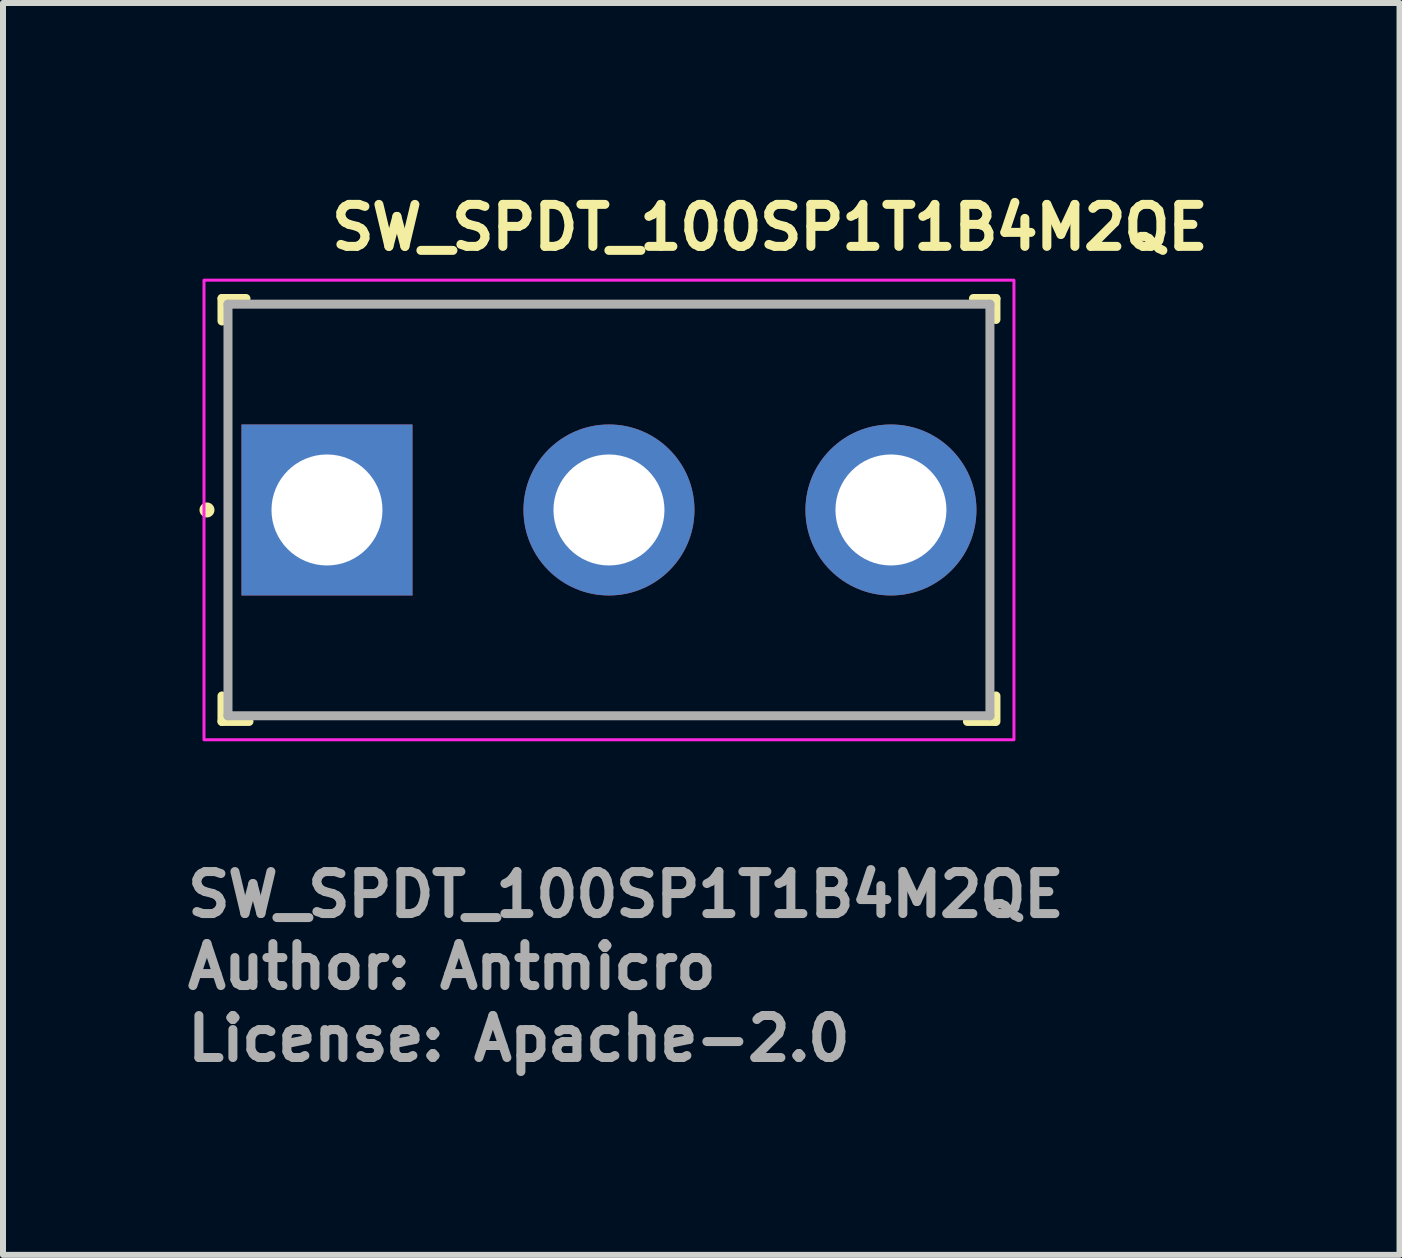
<source format=kicad_pcb>
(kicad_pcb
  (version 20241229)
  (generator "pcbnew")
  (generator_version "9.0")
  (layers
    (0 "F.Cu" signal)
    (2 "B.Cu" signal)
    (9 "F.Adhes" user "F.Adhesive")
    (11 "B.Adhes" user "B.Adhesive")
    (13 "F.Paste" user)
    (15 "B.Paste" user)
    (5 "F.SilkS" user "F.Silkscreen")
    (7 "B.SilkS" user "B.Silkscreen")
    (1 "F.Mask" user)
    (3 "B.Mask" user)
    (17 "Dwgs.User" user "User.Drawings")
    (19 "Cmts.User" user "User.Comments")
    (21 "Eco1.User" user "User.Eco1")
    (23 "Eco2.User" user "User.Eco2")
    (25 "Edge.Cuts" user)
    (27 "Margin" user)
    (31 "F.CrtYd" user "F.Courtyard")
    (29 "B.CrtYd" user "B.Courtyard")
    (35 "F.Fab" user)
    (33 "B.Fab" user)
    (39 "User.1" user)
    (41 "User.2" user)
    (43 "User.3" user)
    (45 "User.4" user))
  (footprint "SW_SPDT_100SP1T1B4M2QE"
    (layer "F.Cu")
    (at 2.4 5.45)
    (property "Reference" "SW_SPDT_100SP1T1B4M2QE" (at 0 -4.3 0) (layer "F.SilkS") (effects (font (size 0.7 0.7) (thickness 0.15)) (justify left bottom)))
    (attr through_hole)
    (fp_line (start -1.75 -3.525) (end -1.75 -3.15) (stroke (width 0.15) (type solid)) (layer "F.SilkS"))
    (fp_line (start -1.75 -3.525) (end -1.35 -3.525) (stroke (width 0.15) (type solid)) (layer "F.SilkS"))
    (fp_line (start -1.75 3.525) (end -1.75 3.1) (stroke (width 0.15) (type solid)) (layer "F.SilkS"))
    (fp_line (start -1.75 3.525) (end -1.3 3.525) (stroke (width 0.15) (type solid)) (layer "F.SilkS"))
    (fp_line (start 10.775 -3.525) (end 11.15 -3.525) (stroke (width 0.15) (type solid)) (layer "F.SilkS"))
    (fp_line (start 11.125 3.525) (end 10.675 3.525) (stroke (width 0.15) (type solid)) (layer "F.SilkS"))
    (fp_line (start 11.15 -3.525) (end 11.15 -3.175) (stroke (width 0.15) (type solid)) (layer "F.SilkS"))
    (fp_line (start 11.15 3.525) (end 11.15 3.1) (stroke (width 0.15) (type solid)) (layer "F.SilkS"))
    (fp_circle (center -2 0) (end -1.95 0) (stroke (width 0.15) (type solid)) (fill yes) (layer "F.SilkS"))
    (fp_rect (start -2.05 -3.83) (end 11.45 3.83) (stroke (width 0.05) (type solid)) (fill no) (layer "F.CrtYd"))
    (fp_line (start -1.65 -3.43) (end -1.65 3.43) (stroke (width 0.15) (type solid)) (layer "F.Fab"))
    (fp_line (start -1.65 -3.43) (end 11.05 -3.43) (stroke (width 0.15) (type solid)) (layer "F.Fab"))
    (fp_line (start -1.65 3.43) (end 11.05 3.43) (stroke (width 0.15) (type solid)) (layer "F.Fab"))
    (fp_line (start 11.05 3.43) (end 11.05 -3.43) (stroke (width 0.15) (type solid)) (layer "F.Fab"))
    (fp_rect (start -1.65 -3.43) (end 11.05 3.43) (stroke (width 0.1) (type solid)) (fill no) (layer "User.5"))
    (fp_line (start -1.65 -3.43) (end -0.05 -3.43) (stroke (width 0.02) (type solid)) (layer "User.9"))
    (fp_line (start -1.65 -2.67) (end -1.65 -3.43) (stroke (width 0.02) (type solid)) (layer "User.9"))
    (fp_line (start -1.65 -2.67) (end -1.65 2.67) (stroke (width 0.02) (type solid)) (layer "User.9"))
    (fp_line (start -1.65 3.43) (end -1.65 2.67) (stroke (width 0.02) (type solid)) (layer "User.9"))
    (fp_line (start -0.05 -3.43) (end -0.05 -3.388) (stroke (width 0.02) (type solid)) (layer "User.9"))
    (fp_line (start -0.05 -3.43) (end 9.45 -3.43) (stroke (width 0.02) (type solid)) (layer "User.9"))
    (fp_line (start -0.05 -3.388) (end -0.05 -3.11) (stroke (width 0.02) (type solid)) (layer "User.9"))
    (fp_line (start -0.05 -3.11) (end -0.05 -3.11) (stroke (width 0.02) (type solid)) (layer "User.9"))
    (fp_line (start -0.05 -3.11) (end -0.05 -2.67) (stroke (width 0.02) (type solid)) (layer "User.9"))
    (fp_line (start -0.05 -2.67) (end -1.65 -2.67) (stroke (width 0.02) (type solid)) (layer "User.9"))
    (fp_line (start -0.05 2.67) (end -1.65 2.67) (stroke (width 0.02) (type solid)) (layer "User.9"))
    (fp_line (start -0.05 2.67) (end -0.05 3.11) (stroke (width 0.02) (type solid)) (layer "User.9"))
    (fp_line (start -0.05 3.11) (end -0.05 3.11) (stroke (width 0.02) (type solid)) (layer "User.9"))
    (fp_line (start -0.05 3.11) (end -0.05 3.388) (stroke (width 0.02) (type solid)) (layer "User.9"))
    (fp_line (start -0.05 3.388) (end -0.05 3.43) (stroke (width 0.02) (type solid)) (layer "User.9"))
    (fp_line (start -0.05 3.43) (end -1.65 3.43) (stroke (width 0.02) (type solid)) (layer "User.9"))
    (fp_line (start -0.05 3.43) (end 9.45 3.43) (stroke (width 0.02) (type solid)) (layer "User.9"))
    (fp_line (start 1.59 0) (end 1.59 0) (stroke (width 0.02) (type solid)) (layer "User.9"))
    (fp_line (start 1.59 0) (end 1.594 0.151) (stroke (width 0.02) (type solid)) (layer "User.9"))
    (fp_line (start 1.594 -0.151) (end 1.59 0) (stroke (width 0.02) (type solid)) (layer "User.9"))
    (fp_line (start 1.594 0.151) (end 1.604 0.3) (stroke (width 0.02) (type solid)) (layer "User.9"))
    (fp_line (start 1.604 -0.3) (end 1.594 -0.151) (stroke (width 0.02) (type solid)) (layer "User.9"))
    (fp_line (start 1.604 0.3) (end 1.622 0.447) (stroke (width 0.02) (type solid)) (layer "User.9"))
    (fp_line (start 1.622 -0.447) (end 1.604 -0.3) (stroke (width 0.02) (type solid)) (layer "User.9"))
    (fp_line (start 1.622 0.447) (end 1.646 0.592) (stroke (width 0.02) (type solid)) (layer "User.9"))
    (fp_line (start 1.646 -0.592) (end 1.622 -0.447) (stroke (width 0.02) (type solid)) (layer "User.9"))
    (fp_line (start 1.646 0.592) (end 1.678 0.735) (stroke (width 0.02) (type solid)) (layer "User.9"))
    (fp_line (start 1.678 -0.735) (end 1.646 -0.592) (stroke (width 0.02) (type solid)) (layer "User.9"))
    (fp_line (start 1.678 0.735) (end 1.715 0.876) (stroke (width 0.02) (type solid)) (layer "User.9"))
    (fp_line (start 1.715 -0.876) (end 1.678 -0.735) (stroke (width 0.02) (type solid)) (layer "User.9"))
    (fp_line (start 1.715 0.876) (end 1.759 1.013) (stroke (width 0.02) (type solid)) (layer "User.9"))
    (fp_line (start 1.759 -1.013) (end 1.715 -0.876) (stroke (width 0.02) (type solid)) (layer "User.9"))
    (fp_line (start 1.759 1.013) (end 1.809 1.148) (stroke (width 0.02) (type solid)) (layer "User.9"))
    (fp_line (start 1.809 -1.148) (end 1.759 -1.013) (stroke (width 0.02) (type solid)) (layer "User.9"))
    (fp_line (start 1.809 1.148) (end 1.865 1.28) (stroke (width 0.02) (type solid)) (layer "User.9"))
    (fp_line (start 1.865 -1.28) (end 1.809 -1.148) (stroke (width 0.02) (type solid)) (layer "User.9"))
    (fp_line (start 1.865 1.28) (end 1.927 1.409) (stroke (width 0.02) (type solid)) (layer "User.9"))
    (fp_line (start 1.927 -1.409) (end 1.865 -1.28) (stroke (width 0.02) (type solid)) (layer "User.9"))
    (fp_line (start 1.927 1.409) (end 1.995 1.535) (stroke (width 0.02) (type solid)) (layer "User.9"))
    (fp_line (start 1.995 -1.535) (end 1.927 -1.409) (stroke (width 0.02) (type solid)) (layer "User.9"))
    (fp_line (start 1.995 1.535) (end 2.068 1.657) (stroke (width 0.02) (type solid)) (layer "User.9"))
    (fp_line (start 2.068 -1.657) (end 1.995 -1.535) (stroke (width 0.02) (type solid)) (layer "User.9"))
    (fp_line (start 2.068 1.657) (end 2.146 1.775) (stroke (width 0.02) (type solid)) (layer "User.9"))
    (fp_line (start 2.146 -1.775) (end 2.068 -1.657) (stroke (width 0.02) (type solid)) (layer "User.9"))
    (fp_line (start 2.146 1.775) (end 2.23 1.89) (stroke (width 0.02) (type solid)) (layer "User.9"))
    (fp_line (start 2.23 -1.89) (end 2.146 -1.775) (stroke (width 0.02) (type solid)) (layer "User.9"))
    (fp_line (start 2.23 1.89) (end 2.319 2) (stroke (width 0.02) (type solid)) (layer "User.9"))
    (fp_line (start 2.3 0) (end 2.3 0) (stroke (width 0.02) (type solid)) (layer "User.9"))
    (fp_line (start 2.3 0) (end 2.303 -0.115) (stroke (width 0.02) (type solid)) (layer "User.9"))
    (fp_line (start 2.303 -0.115) (end 2.311 -0.23) (stroke (width 0.02) (type solid)) (layer "User.9"))
    (fp_line (start 2.303 0.115) (end 2.3 0) (stroke (width 0.02) (type solid)) (layer "User.9"))
    (fp_line (start 2.311 -0.23) (end 2.324 -0.342) (stroke (width 0.02) (type solid)) (layer "User.9"))
    (fp_line (start 2.311 0.23) (end 2.303 0.115) (stroke (width 0.02) (type solid)) (layer "User.9"))
    (fp_line (start 2.319 -2) (end 2.23 -1.89) (stroke (width 0.02) (type solid)) (layer "User.9"))
    (fp_line (start 2.319 2) (end 2.412 2.107) (stroke (width 0.02) (type solid)) (layer "User.9"))
    (fp_line (start 2.324 -0.342) (end 2.343 -0.453) (stroke (width 0.02) (type solid)) (layer "User.9"))
    (fp_line (start 2.324 0.342) (end 2.311 0.23) (stroke (width 0.02) (type solid)) (layer "User.9"))
    (fp_line (start 2.343 -0.453) (end 2.367 -0.563) (stroke (width 0.02) (type solid)) (layer "User.9"))
    (fp_line (start 2.343 0.453) (end 2.324 0.342) (stroke (width 0.02) (type solid)) (layer "User.9"))
    (fp_line (start 2.367 -0.563) (end 2.395 -0.67) (stroke (width 0.02) (type solid)) (layer "User.9"))
    (fp_line (start 2.367 0.563) (end 2.343 0.453) (stroke (width 0.02) (type solid)) (layer "User.9"))
    (fp_line (start 2.395 -0.67) (end 2.428 -0.776) (stroke (width 0.02) (type solid)) (layer "User.9"))
    (fp_line (start 2.395 0.67) (end 2.367 0.563) (stroke (width 0.02) (type solid)) (layer "User.9"))
    (fp_line (start 2.412 -2.107) (end 2.319 -2) (stroke (width 0.02) (type solid)) (layer "User.9"))
    (fp_line (start 2.412 2.107) (end 2.511 2.209) (stroke (width 0.02) (type solid)) (layer "User.9"))
    (fp_line (start 2.428 -0.776) (end 2.466 -0.879) (stroke (width 0.02) (type solid)) (layer "User.9"))
    (fp_line (start 2.428 0.776) (end 2.395 0.67) (stroke (width 0.02) (type solid)) (layer "User.9"))
    (fp_line (start 2.466 -0.879) (end 2.509 -0.981) (stroke (width 0.02) (type solid)) (layer "User.9"))
    (fp_line (start 2.466 0.879) (end 2.428 0.776) (stroke (width 0.02) (type solid)) (layer "User.9"))
    (fp_line (start 2.509 -0.981) (end 2.556 -1.08) (stroke (width 0.02) (type solid)) (layer "User.9"))
    (fp_line (start 2.509 0.981) (end 2.466 0.879) (stroke (width 0.02) (type solid)) (layer "User.9"))
    (fp_line (start 2.511 -2.209) (end 2.412 -2.107) (stroke (width 0.02) (type solid)) (layer "User.9"))
    (fp_line (start 2.511 2.209) (end 2.613 2.306) (stroke (width 0.02) (type solid)) (layer "User.9"))
    (fp_line (start 2.556 -1.08) (end 2.608 -1.176) (stroke (width 0.02) (type solid)) (layer "User.9"))
    (fp_line (start 2.556 1.08) (end 2.509 0.981) (stroke (width 0.02) (type solid)) (layer "User.9"))
    (fp_line (start 2.6 0) (end 2.6 0) (stroke (width 0.02) (type solid)) (layer "User.9"))
    (fp_line (start 2.6 0) (end 2.603 0.108) (stroke (width 0.02) (type solid)) (layer "User.9"))
    (fp_line (start 2.603 -0.108) (end 2.6 0) (stroke (width 0.02) (type solid)) (layer "User.9"))
    (fp_line (start 2.603 0.108) (end 2.611 0.215) (stroke (width 0.02) (type solid)) (layer "User.9"))
    (fp_line (start 2.608 -1.176) (end 2.663 -1.27) (stroke (width 0.02) (type solid)) (layer "User.9"))
    (fp_line (start 2.608 1.176) (end 2.556 1.08) (stroke (width 0.02) (type solid)) (layer "User.9"))
    (fp_line (start 2.611 -0.215) (end 2.603 -0.108) (stroke (width 0.02) (type solid)) (layer "User.9"))
    (fp_line (start 2.611 0.215) (end 2.624 0.32) (stroke (width 0.02) (type solid)) (layer "User.9"))
    (fp_line (start 2.613 -2.306) (end 2.511 -2.209) (stroke (width 0.02) (type solid)) (layer "User.9"))
    (fp_line (start 2.613 2.306) (end 2.721 2.399) (stroke (width 0.02) (type solid)) (layer "User.9"))
    (fp_line (start 2.624 -0.32) (end 2.611 -0.215) (stroke (width 0.02) (type solid)) (layer "User.9"))
    (fp_line (start 2.624 0.32) (end 2.643 0.423) (stroke (width 0.02) (type solid)) (layer "User.9"))
    (fp_line (start 2.643 -0.423) (end 2.624 -0.32) (stroke (width 0.02) (type solid)) (layer "User.9"))
    (fp_line (start 2.643 0.423) (end 2.666 0.525) (stroke (width 0.02) (type solid)) (layer "User.9"))
    (fp_line (start 2.663 -1.27) (end 2.723 -1.361) (stroke (width 0.02) (type solid)) (layer "User.9"))
    (fp_line (start 2.663 1.27) (end 2.608 1.176) (stroke (width 0.02) (type solid)) (layer "User.9"))
    (fp_line (start 2.666 -0.525) (end 2.643 -0.423) (stroke (width 0.02) (type solid)) (layer "User.9"))
    (fp_line (start 2.666 0.525) (end 2.694 0.624) (stroke (width 0.02) (type solid)) (layer "User.9"))
    (fp_line (start 2.694 -0.624) (end 2.666 -0.525) (stroke (width 0.02) (type solid)) (layer "User.9"))
    (fp_line (start 2.694 0.624) (end 2.727 0.722) (stroke (width 0.02) (type solid)) (layer "User.9"))
    (fp_line (start 2.721 -2.399) (end 2.613 -2.306) (stroke (width 0.02) (type solid)) (layer "User.9"))
    (fp_line (start 2.721 2.399) (end 2.832 2.487) (stroke (width 0.02) (type solid)) (layer "User.9"))
    (fp_line (start 2.723 -1.361) (end 2.787 -1.449) (stroke (width 0.02) (type solid)) (layer "User.9"))
    (fp_line (start 2.723 1.361) (end 2.663 1.27) (stroke (width 0.02) (type solid)) (layer "User.9"))
    (fp_line (start 2.727 -0.722) (end 2.694 -0.624) (stroke (width 0.02) (type solid)) (layer "User.9"))
    (fp_line (start 2.727 0.722) (end 2.765 0.817) (stroke (width 0.02) (type solid)) (layer "User.9"))
    (fp_line (start 2.765 -0.817) (end 2.727 -0.722) (stroke (width 0.02) (type solid)) (layer "User.9"))
    (fp_line (start 2.765 0.817) (end 2.807 0.91) (stroke (width 0.02) (type solid)) (layer "User.9"))
    (fp_line (start 2.787 -1.449) (end 2.854 -1.534) (stroke (width 0.02) (type solid)) (layer "User.9"))
    (fp_line (start 2.787 1.449) (end 2.723 1.361) (stroke (width 0.02) (type solid)) (layer "User.9"))
    (fp_line (start 2.807 -0.91) (end 2.765 -0.817) (stroke (width 0.02) (type solid)) (layer "User.9"))
    (fp_line (start 2.807 0.91) (end 2.853 1.001) (stroke (width 0.02) (type solid)) (layer "User.9"))
    (fp_line (start 2.832 -2.487) (end 2.721 -2.399) (stroke (width 0.02) (type solid)) (layer "User.9"))
    (fp_line (start 2.832 2.487) (end 2.948 2.57) (stroke (width 0.02) (type solid)) (layer "User.9"))
    (fp_line (start 2.853 -1.001) (end 2.807 -0.91) (stroke (width 0.02) (type solid)) (layer "User.9"))
    (fp_line (start 2.853 1.001) (end 2.904 1.089) (stroke (width 0.02) (type solid)) (layer "User.9"))
    (fp_line (start 2.854 -1.534) (end 2.925 -1.616) (stroke (width 0.02) (type solid)) (layer "User.9"))
    (fp_line (start 2.854 1.534) (end 2.787 1.449) (stroke (width 0.02) (type solid)) (layer "User.9"))
    (fp_line (start 2.904 -1.089) (end 2.853 -1.001) (stroke (width 0.02) (type solid)) (layer "User.9"))
    (fp_line (start 2.904 1.089) (end 2.959 1.174) (stroke (width 0.02) (type solid)) (layer "User.9"))
    (fp_line (start 2.925 -1.616) (end 3 -1.694) (stroke (width 0.02) (type solid)) (layer "User.9"))
    (fp_line (start 2.925 1.616) (end 2.854 1.534) (stroke (width 0.02) (type solid)) (layer "User.9"))
    (fp_line (start 2.948 -2.57) (end 2.832 -2.487) (stroke (width 0.02) (type solid)) (layer "User.9"))
    (fp_line (start 2.948 2.57) (end 3.067 2.648) (stroke (width 0.02) (type solid)) (layer "User.9"))
    (fp_line (start 2.959 -1.174) (end 2.904 -1.089) (stroke (width 0.02) (type solid)) (layer "User.9"))
    (fp_line (start 2.959 1.174) (end 3.017 1.256) (stroke (width 0.02) (type solid)) (layer "User.9"))
    (fp_line (start 3 -1.694) (end 3.078 -1.769) (stroke (width 0.02) (type solid)) (layer "User.9"))
    (fp_line (start 3 1.694) (end 2.925 1.616) (stroke (width 0.02) (type solid)) (layer "User.9"))
    (fp_line (start 3.017 -1.256) (end 2.959 -1.174) (stroke (width 0.02) (type solid)) (layer "User.9"))
    (fp_line (start 3.017 1.256) (end 3.08 1.336) (stroke (width 0.02) (type solid)) (layer "User.9"))
    (fp_line (start 3.067 -2.648) (end 2.948 -2.57) (stroke (width 0.02) (type solid)) (layer "User.9"))
    (fp_line (start 3.067 2.648) (end 3.191 2.72) (stroke (width 0.02) (type solid)) (layer "User.9"))
    (fp_line (start 3.075 0) (end 3.075 0) (stroke (width 0.02) (type solid)) (layer "User.9"))
    (fp_line (start 3.075 0) (end 3.076 0.068) (stroke (width 0.02) (type solid)) (layer "User.9"))
    (fp_line (start 3.076 -0.07) (end 3.075 0) (stroke (width 0.02) (type solid)) (layer "User.9"))
    (fp_line (start 3.076 0.068) (end 3.081 0.137) (stroke (width 0.02) (type solid)) (layer "User.9"))
    (fp_line (start 3.078 -1.769) (end 3.16 -1.841) (stroke (width 0.02) (type solid)) (layer "User.9"))
    (fp_line (start 3.078 1.769) (end 3 1.694) (stroke (width 0.02) (type solid)) (layer "User.9"))
    (fp_line (start 3.08 -1.336) (end 3.017 -1.256) (stroke (width 0.02) (type solid)) (layer "User.9"))
    (fp_line (start 3.08 1.336) (end 3.146 1.412) (stroke (width 0.02) (type solid)) (layer "User.9"))
    (fp_line (start 3.081 -0.139) (end 3.076 -0.07) (stroke (width 0.02) (type solid)) (layer "User.9"))
    (fp_line (start 3.081 0.137) (end 3.089 0.206) (stroke (width 0.02) (type solid)) (layer "User.9"))
    (fp_line (start 3.089 -0.209) (end 3.081 -0.139) (stroke (width 0.02) (type solid)) (layer "User.9"))
    (fp_line (start 3.089 0.206) (end 3.101 0.275) (stroke (width 0.02) (type solid)) (layer "User.9"))
    (fp_line (start 3.101 -0.279) (end 3.089 -0.209) (stroke (width 0.02) (type solid)) (layer "User.9"))
    (fp_line (start 3.101 0.275) (end 3.115 0.343) (stroke (width 0.02) (type solid)) (layer "User.9"))
    (fp_line (start 3.115 0.343) (end 3.134 0.411) (stroke (width 0.02) (type solid)) (layer "User.9"))
    (fp_line (start 3.117 -0.348) (end 3.101 -0.279) (stroke (width 0.02) (type solid)) (layer "User.9"))
    (fp_line (start 3.134 0.411) (end 3.155 0.478) (stroke (width 0.02) (type solid)) (layer "User.9"))
    (fp_line (start 3.136 -0.417) (end 3.117 -0.348) (stroke (width 0.02) (type solid)) (layer "User.9"))
    (fp_line (start 3.146 -1.412) (end 3.08 -1.336) (stroke (width 0.02) (type solid)) (layer "User.9"))
    (fp_line (start 3.146 1.412) (end 3.215 1.485) (stroke (width 0.02) (type solid)) (layer "User.9"))
    (fp_line (start 3.155 0.478) (end 3.18 0.544) (stroke (width 0.02) (type solid)) (layer "User.9"))
    (fp_line (start 3.158 -0.486) (end 3.136 -0.417) (stroke (width 0.02) (type solid)) (layer "User.9"))
    (fp_line (start 3.16 -1.841) (end 3.245 -1.909) (stroke (width 0.02) (type solid)) (layer "User.9"))
    (fp_line (start 3.16 1.841) (end 3.078 1.769) (stroke (width 0.02) (type solid)) (layer "User.9"))
    (fp_line (start 3.18 0.544) (end 3.208 0.61) (stroke (width 0.02) (type solid)) (layer "User.9"))
    (fp_line (start 3.184 -0.553) (end 3.158 -0.486) (stroke (width 0.02) (type solid)) (layer "User.9"))
    (fp_line (start 3.191 -2.72) (end 3.067 -2.648) (stroke (width 0.02) (type solid)) (layer "User.9"))
    (fp_line (start 3.191 2.72) (end 3.318 2.787) (stroke (width 0.02) (type solid)) (layer "User.9"))
    (fp_line (start 3.208 0.61) (end 3.239 0.674) (stroke (width 0.02) (type solid)) (layer "User.9"))
    (fp_line (start 3.212 -0.619) (end 3.184 -0.553) (stroke (width 0.02) (type solid)) (layer "User.9"))
    (fp_line (start 3.215 -1.485) (end 3.146 -1.412) (stroke (width 0.02) (type solid)) (layer "User.9"))
    (fp_line (start 3.215 1.485) (end 3.288 1.554) (stroke (width 0.02) (type solid)) (layer "User.9"))
    (fp_line (start 3.239 0.674) (end 3.274 0.736) (stroke (width 0.02) (type solid)) (layer "User.9"))
    (fp_line (start 3.245 -1.909) (end 3.333 -1.973) (stroke (width 0.02) (type solid)) (layer "User.9"))
    (fp_line (start 3.245 -0.684) (end 3.212 -0.619) (stroke (width 0.02) (type solid)) (layer "User.9"))
    (fp_line (start 3.245 1.909) (end 3.16 1.841) (stroke (width 0.02) (type solid)) (layer "User.9"))
    (fp_line (start 3.274 0.736) (end 3.311 0.797) (stroke (width 0.02) (type solid)) (layer "User.9"))
    (fp_line (start 3.28 -0.747) (end 3.245 -0.684) (stroke (width 0.02) (type solid)) (layer "User.9"))
    (fp_line (start 3.288 -1.554) (end 3.215 -1.485) (stroke (width 0.02) (type solid)) (layer "User.9"))
    (fp_line (start 3.288 1.554) (end 3.364 1.62) (stroke (width 0.02) (type solid)) (layer "User.9"))
    (fp_line (start 3.311 0.797) (end 3.351 0.856) (stroke (width 0.02) (type solid)) (layer "User.9"))
    (fp_line (start 3.318 -2.787) (end 3.191 -2.72) (stroke (width 0.02) (type solid)) (layer "User.9"))
    (fp_line (start 3.318 -0.809) (end 3.28 -0.747) (stroke (width 0.02) (type solid)) (layer "User.9"))
    (fp_line (start 3.318 2.787) (end 3.448 2.848) (stroke (width 0.02) (type solid)) (layer "User.9"))
    (fp_line (start 3.333 -1.973) (end 3.424 -2.033) (stroke (width 0.02) (type solid)) (layer "User.9"))
    (fp_line (start 3.333 1.973) (end 3.245 1.909) (stroke (width 0.02) (type solid)) (layer "User.9"))
    (fp_line (start 3.351 0.856) (end 3.395 0.914) (stroke (width 0.02) (type solid)) (layer "User.9"))
    (fp_line (start 3.36 -0.868) (end 3.318 -0.809) (stroke (width 0.02) (type solid)) (layer "User.9"))
    (fp_line (start 3.364 -1.62) (end 3.288 -1.554) (stroke (width 0.02) (type solid)) (layer "User.9"))
    (fp_line (start 3.364 1.62) (end 3.444 1.683) (stroke (width 0.02) (type solid)) (layer "User.9"))
    (fp_line (start 3.395 0.914) (end 3.441 0.968) (stroke (width 0.02) (type solid)) (layer "User.9"))
    (fp_line (start 3.405 -0.926) (end 3.36 -0.868) (stroke (width 0.02) (type solid)) (layer "User.9"))
    (fp_line (start 3.424 -2.033) (end 3.518 -2.089) (stroke (width 0.02) (type solid)) (layer "User.9"))
    (fp_line (start 3.424 2.033) (end 3.333 1.973) (stroke (width 0.02) (type solid)) (layer "User.9"))
    (fp_line (start 3.441 0.968) (end 3.49 1.021) (stroke (width 0.02) (type solid)) (layer "User.9"))
    (fp_line (start 3.444 -1.683) (end 3.364 -1.62) (stroke (width 0.02) (type solid)) (layer "User.9"))
    (fp_line (start 3.444 1.683) (end 3.526 1.741) (stroke (width 0.02) (type solid)) (layer "User.9"))
    (fp_line (start 3.448 -2.848) (end 3.318 -2.787) (stroke (width 0.02) (type solid)) (layer "User.9"))
    (fp_line (start 3.448 2.848) (end 3.582 2.903) (stroke (width 0.02) (type solid)) (layer "User.9"))
    (fp_line (start 3.452 -0.981) (end 3.405 -0.926) (stroke (width 0.02) (type solid)) (layer "User.9"))
    (fp_line (start 3.49 1.021) (end 3.49 1.021) (stroke (width 0.02) (type solid)) (layer "User.9"))
    (fp_line (start 3.49 1.021) (end 3.542 1.072) (stroke (width 0.02) (type solid)) (layer "User.9"))
    (fp_line (start 3.503 -1.034) (end 3.452 -0.981) (stroke (width 0.02) (type solid)) (layer "User.9"))
    (fp_line (start 3.503 -1.034) (end 3.503 -1.034) (stroke (width 0.02) (type solid)) (layer "User.9"))
    (fp_line (start 3.518 -2.089) (end 3.615 -2.141) (stroke (width 0.02) (type solid)) (layer "User.9"))
    (fp_line (start 3.518 2.089) (end 3.424 2.033) (stroke (width 0.02) (type solid)) (layer "User.9"))
    (fp_line (start 3.526 -1.741) (end 3.444 -1.683) (stroke (width 0.02) (type solid)) (layer "User.9"))
    (fp_line (start 3.526 1.741) (end 3.611 1.796) (stroke (width 0.02) (type solid)) (layer "User.9"))
    (fp_line (start 3.542 1.072) (end 3.597 1.121) (stroke (width 0.02) (type solid)) (layer "User.9"))
    (fp_line (start 3.556 -1.085) (end 3.503 -1.034) (stroke (width 0.02) (type solid)) (layer "User.9"))
    (fp_line (start 3.582 -2.903) (end 3.448 -2.848) (stroke (width 0.02) (type solid)) (layer "User.9"))
    (fp_line (start 3.582 2.903) (end 3.719 2.952) (stroke (width 0.02) (type solid)) (layer "User.9"))
    (fp_line (start 3.597 1.121) (end 3.654 1.166) (stroke (width 0.02) (type solid)) (layer "User.9"))
    (fp_line (start 3.611 -1.796) (end 3.526 -1.741) (stroke (width 0.02) (type solid)) (layer "User.9"))
    (fp_line (start 3.611 -1.132) (end 3.556 -1.085) (stroke (width 0.02) (type solid)) (layer "User.9"))
    (fp_line (start 3.611 1.796) (end 3.699 1.847) (stroke (width 0.02) (type solid)) (layer "User.9"))
    (fp_line (start 3.615 -2.141) (end 3.715 -2.189) (stroke (width 0.02) (type solid)) (layer "User.9"))
    (fp_line (start 3.615 2.141) (end 3.518 2.089) (stroke (width 0.02) (type solid)) (layer "User.9"))
    (fp_line (start 3.654 1.166) (end 3.714 1.209) (stroke (width 0.02) (type solid)) (layer "User.9"))
    (fp_line (start 3.669 -1.177) (end 3.611 -1.132) (stroke (width 0.02) (type solid)) (layer "User.9"))
    (fp_line (start 3.699 -1.847) (end 3.611 -1.796) (stroke (width 0.02) (type solid)) (layer "User.9"))
    (fp_line (start 3.699 1.847) (end 3.79 1.893) (stroke (width 0.02) (type solid)) (layer "User.9"))
    (fp_line (start 3.714 1.209) (end 3.775 1.248) (stroke (width 0.02) (type solid)) (layer "User.9"))
    (fp_line (start 3.715 -2.189) (end 3.817 -2.232) (stroke (width 0.02) (type solid)) (layer "User.9"))
    (fp_line (start 3.715 2.189) (end 3.615 2.141) (stroke (width 0.02) (type solid)) (layer "User.9"))
    (fp_line (start 3.719 -2.952) (end 3.582 -2.903) (stroke (width 0.02) (type solid)) (layer "User.9"))
    (fp_line (start 3.719 2.952) (end 3.858 2.994) (stroke (width 0.02) (type solid)) (layer "User.9"))
    (fp_line (start 3.728 -1.219) (end 3.669 -1.177) (stroke (width 0.02) (type solid)) (layer "User.9"))
    (fp_line (start 3.775 1.248) (end 3.838 1.284) (stroke (width 0.02) (type solid)) (layer "User.9"))
    (fp_line (start 3.79 -1.893) (end 3.699 -1.847) (stroke (width 0.02) (type solid)) (layer "User.9"))
    (fp_line (start 3.79 -1.257) (end 3.728 -1.219) (stroke (width 0.02) (type solid)) (layer "User.9"))
    (fp_line (start 3.79 1.893) (end 3.883 1.935) (stroke (width 0.02) (type solid)) (layer "User.9"))
    (fp_line (start 3.817 -2.232) (end 3.921 -2.27) (stroke (width 0.02) (type solid)) (layer "User.9"))
    (fp_line (start 3.817 2.232) (end 3.715 2.189) (stroke (width 0.02) (type solid)) (layer "User.9"))
    (fp_line (start 3.838 1.284) (end 3.902 1.317) (stroke (width 0.02) (type solid)) (layer "User.9"))
    (fp_line (start 3.853 -1.293) (end 3.79 -1.257) (stroke (width 0.02) (type solid)) (layer "User.9"))
    (fp_line (start 3.858 -2.994) (end 3.719 -2.952) (stroke (width 0.02) (type solid)) (layer "User.9"))
    (fp_line (start 3.858 2.994) (end 4.001 3.031) (stroke (width 0.02) (type solid)) (layer "User.9"))
    (fp_line (start 3.883 -1.935) (end 3.79 -1.893) (stroke (width 0.02) (type solid)) (layer "User.9"))
    (fp_line (start 3.883 1.935) (end 3.978 1.973) (stroke (width 0.02) (type solid)) (layer "User.9"))
    (fp_line (start 3.902 1.317) (end 3.968 1.347) (stroke (width 0.02) (type solid)) (layer "User.9"))
    (fp_line (start 3.918 -1.325) (end 3.853 -1.293) (stroke (width 0.02) (type solid)) (layer "User.9"))
    (fp_line (start 3.921 -2.27) (end 4.028 -2.304) (stroke (width 0.02) (type solid)) (layer "User.9"))
    (fp_line (start 3.921 2.27) (end 3.817 2.232) (stroke (width 0.02) (type solid)) (layer "User.9"))
    (fp_line (start 3.968 1.347) (end 4.036 1.373) (stroke (width 0.02) (type solid)) (layer "User.9"))
    (fp_line (start 3.978 -1.973) (end 3.883 -1.935) (stroke (width 0.02) (type solid)) (layer "User.9"))
    (fp_line (start 3.978 1.973) (end 4.076 2.006) (stroke (width 0.02) (type solid)) (layer "User.9"))
    (fp_line (start 3.984 -1.354) (end 3.918 -1.325) (stroke (width 0.02) (type solid)) (layer "User.9"))
    (fp_line (start 4.001 -3.031) (end 3.858 -2.994) (stroke (width 0.02) (type solid)) (layer "User.9"))
    (fp_line (start 4.001 3.031) (end 4.146 3.06) (stroke (width 0.02) (type solid)) (layer "User.9"))
    (fp_line (start 4.028 -2.304) (end 4.137 -2.333) (stroke (width 0.02) (type solid)) (layer "User.9"))
    (fp_line (start 4.028 2.304) (end 3.921 2.27) (stroke (width 0.02) (type solid)) (layer "User.9"))
    (fp_line (start 4.036 1.373) (end 4.104 1.397) (stroke (width 0.02) (type solid)) (layer "User.9"))
    (fp_line (start 4.052 -1.379) (end 3.984 -1.354) (stroke (width 0.02) (type solid)) (layer "User.9"))
    (fp_line (start 4.076 -2.006) (end 3.978 -1.973) (stroke (width 0.02) (type solid)) (layer "User.9"))
    (fp_line (start 4.076 2.006) (end 4.175 2.034) (stroke (width 0.02) (type solid)) (layer "User.9"))
    (fp_line (start 4.104 1.397) (end 4.172 1.416) (stroke (width 0.02) (type solid)) (layer "User.9"))
    (fp_line (start 4.12 -1.401) (end 4.052 -1.379) (stroke (width 0.02) (type solid)) (layer "User.9"))
    (fp_line (start 4.137 -2.333) (end 4.248 -2.357) (stroke (width 0.02) (type solid)) (layer "User.9"))
    (fp_line (start 4.137 2.333) (end 4.028 2.304) (stroke (width 0.02) (type solid)) (layer "User.9"))
    (fp_line (start 4.146 -3.06) (end 4.001 -3.031) (stroke (width 0.02) (type solid)) (layer "User.9"))
    (fp_line (start 4.146 3.06) (end 4.294 3.083) (stroke (width 0.02) (type solid)) (layer "User.9"))
    (fp_line (start 4.172 1.416) (end 4.242 1.433) (stroke (width 0.02) (type solid)) (layer "User.9"))
    (fp_line (start 4.175 -2.034) (end 4.076 -2.006) (stroke (width 0.02) (type solid)) (layer "User.9"))
    (fp_line (start 4.175 2.034) (end 4.277 2.057) (stroke (width 0.02) (type solid)) (layer "User.9"))
    (fp_line (start 4.189 -1.42) (end 4.12 -1.401) (stroke (width 0.02) (type solid)) (layer "User.9"))
    (fp_line (start 4.242 1.433) (end 4.312 1.445) (stroke (width 0.02) (type solid)) (layer "User.9"))
    (fp_line (start 4.248 -2.357) (end 4.361 -2.376) (stroke (width 0.02) (type solid)) (layer "User.9"))
    (fp_line (start 4.248 2.357) (end 4.137 2.333) (stroke (width 0.02) (type solid)) (layer "User.9"))
    (fp_line (start 4.258 -1.436) (end 4.189 -1.42) (stroke (width 0.02) (type solid)) (layer "User.9"))
    (fp_line (start 4.277 -2.057) (end 4.175 -2.034) (stroke (width 0.02) (type solid)) (layer "User.9"))
    (fp_line (start 4.277 2.057) (end 4.38 2.076) (stroke (width 0.02) (type solid)) (layer "User.9"))
    (fp_line (start 4.294 -3.083) (end 4.146 -3.06) (stroke (width 0.02) (type solid)) (layer "User.9"))
    (fp_line (start 4.294 3.083) (end 4.444 3.099) (stroke (width 0.02) (type solid)) (layer "User.9"))
    (fp_line (start 4.312 1.445) (end 4.382 1.455) (stroke (width 0.02) (type solid)) (layer "User.9"))
    (fp_line (start 4.328 -1.448) (end 4.258 -1.436) (stroke (width 0.02) (type solid)) (layer "User.9"))
    (fp_line (start 4.361 -2.376) (end 4.475 -2.389) (stroke (width 0.02) (type solid)) (layer "User.9"))
    (fp_line (start 4.361 2.376) (end 4.248 2.357) (stroke (width 0.02) (type solid)) (layer "User.9"))
    (fp_line (start 4.38 -2.076) (end 4.277 -2.057) (stroke (width 0.02) (type solid)) (layer "User.9"))
    (fp_line (start 4.38 2.076) (end 4.485 2.089) (stroke (width 0.02) (type solid)) (layer "User.9"))
    (fp_line (start 4.382 1.455) (end 4.452 1.46) (stroke (width 0.02) (type solid)) (layer "User.9"))
    (fp_line (start 4.398 -1.456) (end 4.328 -1.448) (stroke (width 0.02) (type solid)) (layer "User.9"))
    (fp_line (start 4.444 -3.099) (end 4.294 -3.083) (stroke (width 0.02) (type solid)) (layer "User.9"))
    (fp_line (start 4.444 -3.099) (end 4.444 -3.099) (stroke (width 0.02) (type solid)) (layer "User.9"))
    (fp_line (start 4.444 3.099) (end 4.444 3.099) (stroke (width 0.02) (type solid)) (layer "User.9"))
    (fp_line (start 4.444 3.099) (end 4.595 3.108) (stroke (width 0.02) (type solid)) (layer "User.9"))
    (fp_line (start 4.452 1.46) (end 4.521 1.462) (stroke (width 0.02) (type solid)) (layer "User.9"))
    (fp_line (start 4.468 -1.461) (end 4.398 -1.456) (stroke (width 0.02) (type solid)) (layer "User.9"))
    (fp_line (start 4.475 -2.389) (end 4.475 -2.389) (stroke (width 0.02) (type solid)) (layer "User.9"))
    (fp_line (start 4.475 -2.389) (end 4.59 -2.398) (stroke (width 0.02) (type solid)) (layer "User.9"))
    (fp_line (start 4.475 2.389) (end 4.361 2.376) (stroke (width 0.02) (type solid)) (layer "User.9"))
    (fp_line (start 4.475 2.389) (end 4.475 2.389) (stroke (width 0.02) (type solid)) (layer "User.9"))
    (fp_line (start 4.485 -2.089) (end 4.38 -2.076) (stroke (width 0.02) (type solid)) (layer "User.9"))
    (fp_line (start 4.485 2.089) (end 4.592 2.097) (stroke (width 0.02) (type solid)) (layer "User.9"))
    (fp_line (start 4.521 1.462) (end 4.521 1.462) (stroke (width 0.02) (type solid)) (layer "User.9"))
    (fp_line (start 4.521 1.462) (end 4.591 1.462) (stroke (width 0.02) (type solid)) (layer "User.9"))
    (fp_line (start 4.537 -1.462) (end 4.468 -1.461) (stroke (width 0.02) (type solid)) (layer "User.9"))
    (fp_line (start 4.59 -2.398) (end 4.705 -2.4) (stroke (width 0.02) (type solid)) (layer "User.9"))
    (fp_line (start 4.59 2.398) (end 4.475 2.389) (stroke (width 0.02) (type solid)) (layer "User.9"))
    (fp_line (start 4.591 1.462) (end 4.66 1.458) (stroke (width 0.02) (type solid)) (layer "User.9"))
    (fp_line (start 4.592 -2.097) (end 4.485 -2.089) (stroke (width 0.02) (type solid)) (layer "User.9"))
    (fp_line (start 4.592 2.097) (end 4.7 2.1) (stroke (width 0.02) (type solid)) (layer "User.9"))
    (fp_line (start 4.595 -3.108) (end 4.444 -3.099) (stroke (width 0.02) (type solid)) (layer "User.9"))
    (fp_line (start 4.595 3.108) (end 4.744 3.11) (stroke (width 0.02) (type solid)) (layer "User.9"))
    (fp_line (start 4.606 -1.461) (end 4.537 -1.462) (stroke (width 0.02) (type solid)) (layer "User.9"))
    (fp_line (start 4.66 1.458) (end 4.73 1.45) (stroke (width 0.02) (type solid)) (layer "User.9"))
    (fp_line (start 4.676 -1.456) (end 4.606 -1.461) (stroke (width 0.02) (type solid)) (layer "User.9"))
    (fp_line (start 4.7 -2.1) (end 4.592 -2.097) (stroke (width 0.02) (type solid)) (layer "User.9"))
    (fp_line (start 4.7 -2.1) (end 4.7 -2.1) (stroke (width 0.02) (type solid)) (layer "User.9"))
    (fp_line (start 4.7 2.1) (end 4.7 2.1) (stroke (width 0.02) (type solid)) (layer "User.9"))
    (fp_line (start 4.7 2.1) (end 4.808 2.097) (stroke (width 0.02) (type solid)) (layer "User.9"))
    (fp_line (start 4.705 -2.4) (end 4.818 -2.397) (stroke (width 0.02) (type solid)) (layer "User.9"))
    (fp_line (start 4.705 2.4) (end 4.59 2.398) (stroke (width 0.02) (type solid)) (layer "User.9"))
    (fp_line (start 4.73 1.45) (end 4.8 1.439) (stroke (width 0.02) (type solid)) (layer "User.9"))
    (fp_line (start 4.744 -3.11) (end 4.595 -3.108) (stroke (width 0.02) (type solid)) (layer "User.9"))
    (fp_line (start 4.744 3.11) (end 4.893 3.104) (stroke (width 0.02) (type solid)) (layer "User.9"))
    (fp_line (start 4.745 -1.448) (end 4.676 -1.456) (stroke (width 0.02) (type solid)) (layer "User.9"))
    (fp_line (start 4.8 1.439) (end 4.869 1.424) (stroke (width 0.02) (type solid)) (layer "User.9"))
    (fp_line (start 4.808 -2.097) (end 4.7 -2.1) (stroke (width 0.02) (type solid)) (layer "User.9"))
    (fp_line (start 4.808 2.097) (end 4.915 2.089) (stroke (width 0.02) (type solid)) (layer "User.9"))
    (fp_line (start 4.815 -1.436) (end 4.745 -1.448) (stroke (width 0.02) (type solid)) (layer "User.9"))
    (fp_line (start 4.818 -2.397) (end 4.931 -2.389) (stroke (width 0.02) (type solid)) (layer "User.9"))
    (fp_line (start 4.818 2.397) (end 4.705 2.4) (stroke (width 0.02) (type solid)) (layer "User.9"))
    (fp_line (start 4.869 1.424) (end 4.938 1.406) (stroke (width 0.02) (type solid)) (layer "User.9"))
    (fp_line (start 4.884 -1.421) (end 4.815 -1.436) (stroke (width 0.02) (type solid)) (layer "User.9"))
    (fp_line (start 4.893 -3.104) (end 4.744 -3.11) (stroke (width 0.02) (type solid)) (layer "User.9"))
    (fp_line (start 4.893 3.104) (end 5.039 3.092) (stroke (width 0.02) (type solid)) (layer "User.9"))
    (fp_line (start 4.915 -2.089) (end 4.808 -2.097) (stroke (width 0.02) (type solid)) (layer "User.9"))
    (fp_line (start 4.915 2.089) (end 5.02 2.076) (stroke (width 0.02) (type solid)) (layer "User.9"))
    (fp_line (start 4.931 -2.389) (end 5.042 -2.376) (stroke (width 0.02) (type solid)) (layer "User.9"))
    (fp_line (start 4.931 2.389) (end 4.818 2.397) (stroke (width 0.02) (type solid)) (layer "User.9"))
    (fp_line (start 4.938 1.406) (end 5.007 1.385) (stroke (width 0.02) (type solid)) (layer "User.9"))
    (fp_line (start 4.952 -1.402) (end 4.884 -1.421) (stroke (width 0.02) (type solid)) (layer "User.9"))
    (fp_line (start 5.007 1.385) (end 5.074 1.36) (stroke (width 0.02) (type solid)) (layer "User.9"))
    (fp_line (start 5.02 -2.076) (end 4.915 -2.089) (stroke (width 0.02) (type solid)) (layer "User.9"))
    (fp_line (start 5.02 -1.38) (end 4.952 -1.402) (stroke (width 0.02) (type solid)) (layer "User.9"))
    (fp_line (start 5.02 2.076) (end 5.123 2.057) (stroke (width 0.02) (type solid)) (layer "User.9"))
    (fp_line (start 5.039 -3.092) (end 4.893 -3.104) (stroke (width 0.02) (type solid)) (layer "User.9"))
    (fp_line (start 5.039 3.092) (end 5.184 3.073) (stroke (width 0.02) (type solid)) (layer "User.9"))
    (fp_line (start 5.042 -2.376) (end 5.152 -2.358) (stroke (width 0.02) (type solid)) (layer "User.9"))
    (fp_line (start 5.042 2.376) (end 4.931 2.389) (stroke (width 0.02) (type solid)) (layer "User.9"))
    (fp_line (start 5.074 1.36) (end 5.14 1.332) (stroke (width 0.02) (type solid)) (layer "User.9"))
    (fp_line (start 5.087 -1.355) (end 5.02 -1.38) (stroke (width 0.02) (type solid)) (layer "User.9"))
    (fp_line (start 5.123 -2.057) (end 5.02 -2.076) (stroke (width 0.02) (type solid)) (layer "User.9"))
    (fp_line (start 5.123 2.057) (end 5.225 2.034) (stroke (width 0.02) (type solid)) (layer "User.9"))
    (fp_line (start 5.14 1.332) (end 5.205 1.301) (stroke (width 0.02) (type solid)) (layer "User.9"))
    (fp_line (start 5.152 -2.358) (end 5.26 -2.334) (stroke (width 0.02) (type solid)) (layer "User.9"))
    (fp_line (start 5.152 2.358) (end 5.042 2.376) (stroke (width 0.02) (type solid)) (layer "User.9"))
    (fp_line (start 5.153 -1.326) (end 5.087 -1.355) (stroke (width 0.02) (type solid)) (layer "User.9"))
    (fp_line (start 5.184 -3.073) (end 5.039 -3.092) (stroke (width 0.02) (type solid)) (layer "User.9"))
    (fp_line (start 5.184 3.073) (end 5.327 3.047) (stroke (width 0.02) (type solid)) (layer "User.9"))
    (fp_line (start 5.205 1.301) (end 5.269 1.266) (stroke (width 0.02) (type solid)) (layer "User.9"))
    (fp_line (start 5.217 -1.295) (end 5.153 -1.326) (stroke (width 0.02) (type solid)) (layer "User.9"))
    (fp_line (start 5.225 -2.034) (end 5.123 -2.057) (stroke (width 0.02) (type solid)) (layer "User.9"))
    (fp_line (start 5.225 2.034) (end 5.324 2.006) (stroke (width 0.02) (type solid)) (layer "User.9"))
    (fp_line (start 5.26 -2.334) (end 5.366 -2.306) (stroke (width 0.02) (type solid)) (layer "User.9"))
    (fp_line (start 5.26 2.334) (end 5.152 2.358) (stroke (width 0.02) (type solid)) (layer "User.9"))
    (fp_line (start 5.269 1.266) (end 5.331 1.228) (stroke (width 0.02) (type solid)) (layer "User.9"))
    (fp_line (start 5.28 -1.26) (end 5.217 -1.295) (stroke (width 0.02) (type solid)) (layer "User.9"))
    (fp_line (start 5.324 -2.006) (end 5.225 -2.034) (stroke (width 0.02) (type solid)) (layer "User.9"))
    (fp_line (start 5.324 2.006) (end 5.422 1.973) (stroke (width 0.02) (type solid)) (layer "User.9"))
    (fp_line (start 5.327 -3.047) (end 5.184 -3.073) (stroke (width 0.02) (type solid)) (layer "User.9"))
    (fp_line (start 5.327 3.047) (end 5.468 3.014) (stroke (width 0.02) (type solid)) (layer "User.9"))
    (fp_line (start 5.331 1.228) (end 5.391 1.188) (stroke (width 0.02) (type solid)) (layer "User.9"))
    (fp_line (start 5.342 -1.222) (end 5.28 -1.26) (stroke (width 0.02) (type solid)) (layer "User.9"))
    (fp_line (start 5.366 -2.306) (end 5.471 -2.273) (stroke (width 0.02) (type solid)) (layer "User.9"))
    (fp_line (start 5.366 2.306) (end 5.26 2.334) (stroke (width 0.02) (type solid)) (layer "User.9"))
    (fp_line (start 5.391 1.188) (end 5.449 1.144) (stroke (width 0.02) (type solid)) (layer "User.9"))
    (fp_line (start 5.401 -1.18) (end 5.342 -1.222) (stroke (width 0.02) (type solid)) (layer "User.9"))
    (fp_line (start 5.422 -1.973) (end 5.324 -2.006) (stroke (width 0.02) (type solid)) (layer "User.9"))
    (fp_line (start 5.422 1.973) (end 5.517 1.935) (stroke (width 0.02) (type solid)) (layer "User.9"))
    (fp_line (start 5.449 1.144) (end 5.505 1.097) (stroke (width 0.02) (type solid)) (layer "User.9"))
    (fp_line (start 5.459 -1.136) (end 5.401 -1.18) (stroke (width 0.02) (type solid)) (layer "User.9"))
    (fp_line (start 5.468 -3.014) (end 5.327 -3.047) (stroke (width 0.02) (type solid)) (layer "User.9"))
    (fp_line (start 5.468 3.014) (end 5.607 2.976) (stroke (width 0.02) (type solid)) (layer "User.9"))
    (fp_line (start 5.471 -2.273) (end 5.574 -2.236) (stroke (width 0.02) (type solid)) (layer "User.9"))
    (fp_line (start 5.471 2.273) (end 5.366 2.306) (stroke (width 0.02) (type solid)) (layer "User.9"))
    (fp_line (start 5.505 1.097) (end 5.558 1.047) (stroke (width 0.02) (type solid)) (layer "User.9"))
    (fp_line (start 5.514 -1.089) (end 5.459 -1.136) (stroke (width 0.02) (type solid)) (layer "User.9"))
    (fp_line (start 5.517 -1.935) (end 5.422 -1.973) (stroke (width 0.02) (type solid)) (layer "User.9"))
    (fp_line (start 5.517 1.935) (end 5.61 1.893) (stroke (width 0.02) (type solid)) (layer "User.9"))
    (fp_line (start 5.558 1.047) (end 5.558 1.047) (stroke (width 0.02) (type solid)) (layer "User.9"))
    (fp_line (start 5.558 1.047) (end 5.61 0.995) (stroke (width 0.02) (type solid)) (layer "User.9"))
    (fp_line (start 5.566 -1.039) (end 5.514 -1.089) (stroke (width 0.02) (type solid)) (layer "User.9"))
    (fp_line (start 5.566 -1.039) (end 5.566 -1.039) (stroke (width 0.02) (type solid)) (layer "User.9"))
    (fp_line (start 5.574 -2.236) (end 5.675 -2.193) (stroke (width 0.02) (type solid)) (layer "User.9"))
    (fp_line (start 5.574 2.236) (end 5.471 2.273) (stroke (width 0.02) (type solid)) (layer "User.9"))
    (fp_line (start 5.607 -2.976) (end 5.468 -3.014) (stroke (width 0.02) (type solid)) (layer "User.9"))
    (fp_line (start 5.607 2.976) (end 5.743 2.931) (stroke (width 0.02) (type solid)) (layer "User.9"))
    (fp_line (start 5.61 -1.893) (end 5.517 -1.935) (stroke (width 0.02) (type solid)) (layer "User.9"))
    (fp_line (start 5.61 0.995) (end 5.658 0.94) (stroke (width 0.02) (type solid)) (layer "User.9"))
    (fp_line (start 5.61 1.893) (end 5.701 1.847) (stroke (width 0.02) (type solid)) (layer "User.9"))
    (fp_line (start 5.618 -0.985) (end 5.566 -1.039) (stroke (width 0.02) (type solid)) (layer "User.9"))
    (fp_line (start 5.658 0.94) (end 5.704 0.883) (stroke (width 0.02) (type solid)) (layer "User.9"))
    (fp_line (start 5.667 -0.929) (end 5.618 -0.985) (stroke (width 0.02) (type solid)) (layer "User.9"))
    (fp_line (start 5.675 -2.193) (end 5.773 -2.147) (stroke (width 0.02) (type solid)) (layer "User.9"))
    (fp_line (start 5.675 2.193) (end 5.574 2.236) (stroke (width 0.02) (type solid)) (layer "User.9"))
    (fp_line (start 5.701 -1.847) (end 5.61 -1.893) (stroke (width 0.02) (type solid)) (layer "User.9"))
    (fp_line (start 5.701 1.847) (end 5.789 1.796) (stroke (width 0.02) (type solid)) (layer "User.9"))
    (fp_line (start 5.704 0.883) (end 5.746 0.824) (stroke (width 0.02) (type solid)) (layer "User.9"))
    (fp_line (start 5.713 -0.87) (end 5.667 -0.929) (stroke (width 0.02) (type solid)) (layer "User.9"))
    (fp_line (start 5.743 -2.931) (end 5.607 -2.976) (stroke (width 0.02) (type solid)) (layer "User.9"))
    (fp_line (start 5.743 2.931) (end 5.876 2.879) (stroke (width 0.02) (type solid)) (layer "User.9"))
    (fp_line (start 5.746 0.824) (end 5.785 0.762) (stroke (width 0.02) (type solid)) (layer "User.9"))
    (fp_line (start 5.755 -0.81) (end 5.713 -0.87) (stroke (width 0.02) (type solid)) (layer "User.9"))
    (fp_line (start 5.773 -2.147) (end 5.869 -2.096) (stroke (width 0.02) (type solid)) (layer "User.9"))
    (fp_line (start 5.773 2.147) (end 5.675 2.193) (stroke (width 0.02) (type solid)) (layer "User.9"))
    (fp_line (start 5.785 0.762) (end 5.821 0.699) (stroke (width 0.02) (type solid)) (layer "User.9"))
    (fp_line (start 5.789 -1.796) (end 5.701 -1.847) (stroke (width 0.02) (type solid)) (layer "User.9"))
    (fp_line (start 5.789 1.796) (end 5.874 1.741) (stroke (width 0.02) (type solid)) (layer "User.9"))
    (fp_line (start 5.795 -0.747) (end 5.755 -0.81) (stroke (width 0.02) (type solid)) (layer "User.9"))
    (fp_line (start 5.821 0.699) (end 5.854 0.635) (stroke (width 0.02) (type solid)) (layer "User.9"))
    (fp_line (start 5.831 -0.682) (end 5.795 -0.747) (stroke (width 0.02) (type solid)) (layer "User.9"))
    (fp_line (start 5.854 0.635) (end 5.884 0.569) (stroke (width 0.02) (type solid)) (layer "User.9"))
    (fp_line (start 5.863 -0.616) (end 5.831 -0.682) (stroke (width 0.02) (type solid)) (layer "User.9"))
    (fp_line (start 5.869 -2.096) (end 5.963 -2.041) (stroke (width 0.02) (type solid)) (layer "User.9"))
    (fp_line (start 5.869 2.096) (end 5.773 2.147) (stroke (width 0.02) (type solid)) (layer "User.9"))
    (fp_line (start 5.874 -1.741) (end 5.789 -1.796) (stroke (width 0.02) (type solid)) (layer "User.9"))
    (fp_line (start 5.874 1.741) (end 5.956 1.683) (stroke (width 0.02) (type solid)) (layer "User.9"))
    (fp_line (start 5.876 -2.879) (end 5.743 -2.931) (stroke (width 0.02) (type solid)) (layer "User.9"))
    (fp_line (start 5.876 2.879) (end 6.007 2.822) (stroke (width 0.02) (type solid)) (layer "User.9"))
    (fp_line (start 5.884 0.569) (end 5.911 0.502) (stroke (width 0.02) (type solid)) (layer "User.9"))
    (fp_line (start 5.893 -0.548) (end 5.863 -0.616) (stroke (width 0.02) (type solid)) (layer "User.9"))
    (fp_line (start 5.911 0.502) (end 5.934 0.434) (stroke (width 0.02) (type solid)) (layer "User.9"))
    (fp_line (start 5.918 -0.48) (end 5.893 -0.548) (stroke (width 0.02) (type solid)) (layer "User.9"))
    (fp_line (start 5.934 0.434) (end 5.953 0.365) (stroke (width 0.02) (type solid)) (layer "User.9"))
    (fp_line (start 5.941 -0.41) (end 5.918 -0.48) (stroke (width 0.02) (type solid)) (layer "User.9"))
    (fp_line (start 5.953 0.365) (end 5.97 0.295) (stroke (width 0.02) (type solid)) (layer "User.9"))
    (fp_line (start 5.956 -1.683) (end 5.874 -1.741) (stroke (width 0.02) (type solid)) (layer "User.9"))
    (fp_line (start 5.956 1.683) (end 6.036 1.62) (stroke (width 0.02) (type solid)) (layer "User.9"))
    (fp_line (start 5.96 -0.34) (end 5.941 -0.41) (stroke (width 0.02) (type solid)) (layer "User.9"))
    (fp_line (start 5.963 -2.041) (end 6.054 -1.982) (stroke (width 0.02) (type solid)) (layer "User.9"))
    (fp_line (start 5.963 2.041) (end 5.869 2.096) (stroke (width 0.02) (type solid)) (layer "User.9"))
    (fp_line (start 5.97 0.295) (end 5.983 0.225) (stroke (width 0.02) (type solid)) (layer "User.9"))
    (fp_line (start 5.975 -0.269) (end 5.96 -0.34) (stroke (width 0.02) (type solid)) (layer "User.9"))
    (fp_line (start 5.983 0.225) (end 5.992 0.155) (stroke (width 0.02) (type solid)) (layer "User.9"))
    (fp_line (start 5.987 -0.198) (end 5.975 -0.269) (stroke (width 0.02) (type solid)) (layer "User.9"))
    (fp_line (start 5.992 0.155) (end 5.997 0.085) (stroke (width 0.02) (type solid)) (layer "User.9"))
    (fp_line (start 5.995 -0.126) (end 5.987 -0.198) (stroke (width 0.02) (type solid)) (layer "User.9"))
    (fp_line (start 5.997 0.085) (end 6 0.016) (stroke (width 0.02) (type solid)) (layer "User.9"))
    (fp_line (start 5.999 -0.055) (end 5.995 -0.126) (stroke (width 0.02) (type solid)) (layer "User.9"))
    (fp_line (start 6 0.016) (end 5.999 -0.055) (stroke (width 0.02) (type solid)) (layer "User.9"))
    (fp_line (start 6 0.016) (end 6 0.016) (stroke (width 0.02) (type solid)) (layer "User.9"))
    (fp_line (start 6.007 -2.822) (end 5.876 -2.879) (stroke (width 0.02) (type solid)) (layer "User.9"))
    (fp_line (start 6.007 2.822) (end 6.135 2.76) (stroke (width 0.02) (type solid)) (layer "User.9"))
    (fp_line (start 6.036 -1.62) (end 5.956 -1.683) (stroke (width 0.02) (type solid)) (layer "User.9"))
    (fp_line (start 6.036 1.62) (end 6.112 1.554) (stroke (width 0.02) (type solid)) (layer "User.9"))
    (fp_line (start 6.054 -1.982) (end 6.142 -1.918) (stroke (width 0.02) (type solid)) (layer "User.9"))
    (fp_line (start 6.054 1.982) (end 5.963 2.041) (stroke (width 0.02) (type solid)) (layer "User.9"))
    (fp_line (start 6.112 -1.554) (end 6.036 -1.62) (stroke (width 0.02) (type solid)) (layer "User.9"))
    (fp_line (start 6.112 1.554) (end 6.185 1.485) (stroke (width 0.02) (type solid)) (layer "User.9"))
    (fp_line (start 6.135 -2.76) (end 6.007 -2.822) (stroke (width 0.02) (type solid)) (layer "User.9"))
    (fp_line (start 6.135 2.76) (end 6.259 2.691) (stroke (width 0.02) (type solid)) (layer "User.9"))
    (fp_line (start 6.142 -1.918) (end 6.228 -1.851) (stroke (width 0.02) (type solid)) (layer "User.9"))
    (fp_line (start 6.142 1.918) (end 6.054 1.982) (stroke (width 0.02) (type solid)) (layer "User.9"))
    (fp_line (start 6.185 -1.485) (end 6.112 -1.554) (stroke (width 0.02) (type solid)) (layer "User.9"))
    (fp_line (start 6.185 1.485) (end 6.254 1.412) (stroke (width 0.02) (type solid)) (layer "User.9"))
    (fp_line (start 6.228 -1.851) (end 6.31 -1.78) (stroke (width 0.02) (type solid)) (layer "User.9"))
    (fp_line (start 6.228 1.851) (end 6.142 1.918) (stroke (width 0.02) (type solid)) (layer "User.9"))
    (fp_line (start 6.254 -1.412) (end 6.185 -1.485) (stroke (width 0.02) (type solid)) (layer "User.9"))
    (fp_line (start 6.254 1.412) (end 6.32 1.336) (stroke (width 0.02) (type solid)) (layer "User.9"))
    (fp_line (start 6.259 -2.691) (end 6.135 -2.76) (stroke (width 0.02) (type solid)) (layer "User.9"))
    (fp_line (start 6.259 2.691) (end 6.38 2.617) (stroke (width 0.02) (type solid)) (layer "User.9"))
    (fp_line (start 6.31 -1.78) (end 6.389 -1.705) (stroke (width 0.02) (type solid)) (layer "User.9"))
    (fp_line (start 6.31 1.78) (end 6.228 1.851) (stroke (width 0.02) (type solid)) (layer "User.9"))
    (fp_line (start 6.32 -1.336) (end 6.254 -1.412) (stroke (width 0.02) (type solid)) (layer "User.9"))
    (fp_line (start 6.32 1.336) (end 6.383 1.256) (stroke (width 0.02) (type solid)) (layer "User.9"))
    (fp_line (start 6.38 -2.617) (end 6.259 -2.691) (stroke (width 0.02) (type solid)) (layer "User.9"))
    (fp_line (start 6.38 2.617) (end 6.498 2.538) (stroke (width 0.02) (type solid)) (layer "User.9"))
    (fp_line (start 6.383 -1.256) (end 6.32 -1.336) (stroke (width 0.02) (type solid)) (layer "User.9"))
    (fp_line (start 6.383 1.256) (end 6.441 1.174) (stroke (width 0.02) (type solid)) (layer "User.9"))
    (fp_line (start 6.389 -1.705) (end 6.464 -1.627) (stroke (width 0.02) (type solid)) (layer "User.9"))
    (fp_line (start 6.389 1.705) (end 6.31 1.78) (stroke (width 0.02) (type solid)) (layer "User.9"))
    (fp_line (start 6.441 -1.174) (end 6.383 -1.256) (stroke (width 0.02) (type solid)) (layer "User.9"))
    (fp_line (start 6.441 1.174) (end 6.496 1.089) (stroke (width 0.02) (type solid)) (layer "User.9"))
    (fp_line (start 6.464 -1.627) (end 6.536 -1.546) (stroke (width 0.02) (type solid)) (layer "User.9"))
    (fp_line (start 6.464 1.627) (end 6.389 1.705) (stroke (width 0.02) (type solid)) (layer "User.9"))
    (fp_line (start 6.496 -1.089) (end 6.441 -1.174) (stroke (width 0.02) (type solid)) (layer "User.9"))
    (fp_line (start 6.496 1.089) (end 6.547 1.001) (stroke (width 0.02) (type solid)) (layer "User.9"))
    (fp_line (start 6.498 -2.538) (end 6.38 -2.617) (stroke (width 0.02) (type solid)) (layer "User.9"))
    (fp_line (start 6.498 2.538) (end 6.611 2.453) (stroke (width 0.02) (type solid)) (layer "User.9"))
    (fp_line (start 6.536 -1.546) (end 6.605 -1.46) (stroke (width 0.02) (type solid)) (layer "User.9"))
    (fp_line (start 6.536 1.546) (end 6.464 1.627) (stroke (width 0.02) (type solid)) (layer "User.9"))
    (fp_line (start 6.547 -1.001) (end 6.496 -1.089) (stroke (width 0.02) (type solid)) (layer "User.9"))
    (fp_line (start 6.547 1.001) (end 6.593 0.91) (stroke (width 0.02) (type solid)) (layer "User.9"))
    (fp_line (start 6.593 -0.91) (end 6.547 -1.001) (stroke (width 0.02) (type solid)) (layer "User.9"))
    (fp_line (start 6.593 0.91) (end 6.635 0.817) (stroke (width 0.02) (type solid)) (layer "User.9"))
    (fp_line (start 6.605 -1.46) (end 6.67 -1.372) (stroke (width 0.02) (type solid)) (layer "User.9"))
    (fp_line (start 6.605 1.46) (end 6.536 1.546) (stroke (width 0.02) (type solid)) (layer "User.9"))
    (fp_line (start 6.611 -2.453) (end 6.498 -2.538) (stroke (width 0.02) (type solid)) (layer "User.9"))
    (fp_line (start 6.611 2.453) (end 6.721 2.364) (stroke (width 0.02) (type solid)) (layer "User.9"))
    (fp_line (start 6.635 -0.817) (end 6.593 -0.91) (stroke (width 0.02) (type solid)) (layer "User.9"))
    (fp_line (start 6.635 0.817) (end 6.673 0.722) (stroke (width 0.02) (type solid)) (layer "User.9"))
    (fp_line (start 6.67 -1.372) (end 6.73 -1.281) (stroke (width 0.02) (type solid)) (layer "User.9"))
    (fp_line (start 6.67 1.372) (end 6.605 1.46) (stroke (width 0.02) (type solid)) (layer "User.9"))
    (fp_line (start 6.673 -0.722) (end 6.635 -0.817) (stroke (width 0.02) (type solid)) (layer "User.9"))
    (fp_line (start 6.673 0.722) (end 6.706 0.624) (stroke (width 0.02) (type solid)) (layer "User.9"))
    (fp_line (start 6.706 -0.624) (end 6.673 -0.722) (stroke (width 0.02) (type solid)) (layer "User.9"))
    (fp_line (start 6.706 0.624) (end 6.734 0.525) (stroke (width 0.02) (type solid)) (layer "User.9"))
    (fp_line (start 6.721 -2.364) (end 6.611 -2.453) (stroke (width 0.02) (type solid)) (layer "User.9"))
    (fp_line (start 6.721 2.364) (end 6.827 2.269) (stroke (width 0.02) (type solid)) (layer "User.9"))
    (fp_line (start 6.73 -1.281) (end 6.787 -1.186) (stroke (width 0.02) (type solid)) (layer "User.9"))
    (fp_line (start 6.73 1.281) (end 6.67 1.372) (stroke (width 0.02) (type solid)) (layer "User.9"))
    (fp_line (start 6.734 -0.525) (end 6.706 -0.624) (stroke (width 0.02) (type solid)) (layer "User.9"))
    (fp_line (start 6.734 0.525) (end 6.757 0.423) (stroke (width 0.02) (type solid)) (layer "User.9"))
    (fp_line (start 6.757 -0.423) (end 6.734 -0.525) (stroke (width 0.02) (type solid)) (layer "User.9"))
    (fp_line (start 6.757 0.423) (end 6.776 0.32) (stroke (width 0.02) (type solid)) (layer "User.9"))
    (fp_line (start 6.776 -0.32) (end 6.757 -0.423) (stroke (width 0.02) (type solid)) (layer "User.9"))
    (fp_line (start 6.776 0.32) (end 6.789 0.215) (stroke (width 0.02) (type solid)) (layer "User.9"))
    (fp_line (start 6.787 -1.186) (end 6.839 -1.089) (stroke (width 0.02) (type solid)) (layer "User.9"))
    (fp_line (start 6.787 1.186) (end 6.73 1.281) (stroke (width 0.02) (type solid)) (layer "User.9"))
    (fp_line (start 6.789 -0.215) (end 6.776 -0.32) (stroke (width 0.02) (type solid)) (layer "User.9"))
    (fp_line (start 6.789 0.215) (end 6.797 0.108) (stroke (width 0.02) (type solid)) (layer "User.9"))
    (fp_line (start 6.797 -0.108) (end 6.789 -0.215) (stroke (width 0.02) (type solid)) (layer "User.9"))
    (fp_line (start 6.797 0.108) (end 6.8 0) (stroke (width 0.02) (type solid)) (layer "User.9"))
    (fp_line (start 6.8 0) (end 6.797 -0.108) (stroke (width 0.02) (type solid)) (layer "User.9"))
    (fp_line (start 6.8 0) (end 6.8 0) (stroke (width 0.02) (type solid)) (layer "User.9"))
    (fp_line (start 6.8 0) (end 6.8 0) (stroke (width 0.02) (type solid)) (layer "User.9"))
    (fp_line (start 6.827 -2.269) (end 6.721 -2.364) (stroke (width 0.02) (type solid)) (layer "User.9"))
    (fp_line (start 6.827 2.269) (end 6.928 2.17) (stroke (width 0.02) (type solid)) (layer "User.9"))
    (fp_line (start 6.839 -1.089) (end 6.888 -0.988) (stroke (width 0.02) (type solid)) (layer "User.9"))
    (fp_line (start 6.839 1.089) (end 6.787 1.186) (stroke (width 0.02) (type solid)) (layer "User.9"))
    (fp_line (start 6.888 -0.988) (end 6.931 -0.885) (stroke (width 0.02) (type solid)) (layer "User.9"))
    (fp_line (start 6.888 0.988) (end 6.839 1.089) (stroke (width 0.02) (type solid)) (layer "User.9"))
    (fp_line (start 6.928 -2.17) (end 6.827 -2.269) (stroke (width 0.02) (type solid)) (layer "User.9"))
    (fp_line (start 6.928 2.17) (end 7.025 2.066) (stroke (width 0.02) (type solid)) (layer "User.9"))
    (fp_line (start 6.931 -0.885) (end 6.97 -0.779) (stroke (width 0.02) (type solid)) (layer "User.9"))
    (fp_line (start 6.931 0.885) (end 6.888 0.988) (stroke (width 0.02) (type solid)) (layer "User.9"))
    (fp_line (start 6.97 -0.779) (end 7.004 -0.671) (stroke (width 0.02) (type solid)) (layer "User.9"))
    (fp_line (start 6.97 0.779) (end 6.931 0.885) (stroke (width 0.02) (type solid)) (layer "User.9"))
    (fp_line (start 7.004 -0.671) (end 7.034 -0.561) (stroke (width 0.02) (type solid)) (layer "User.9"))
    (fp_line (start 7.004 0.671) (end 6.97 0.779) (stroke (width 0.02) (type solid)) (layer "User.9"))
    (fp_line (start 7.025 -2.066) (end 6.928 -2.17) (stroke (width 0.02) (type solid)) (layer "User.9"))
    (fp_line (start 7.025 2.066) (end 7.117 1.958) (stroke (width 0.02) (type solid)) (layer "User.9"))
    (fp_line (start 7.034 -0.561) (end 7.058 -0.448) (stroke (width 0.02) (type solid)) (layer "User.9"))
    (fp_line (start 7.034 0.561) (end 7.004 0.671) (stroke (width 0.02) (type solid)) (layer "User.9"))
    (fp_line (start 7.058 -0.51) (end 7.768 -0.51) (stroke (width 0.02) (type solid)) (layer "User.9"))
    (fp_line (start 7.058 -0.448) (end 7.058 -0.51) (stroke (width 0.02) (type solid)) (layer "User.9"))
    (fp_line (start 7.058 -0.448) (end 7.058 0.448) (stroke (width 0.02) (type solid)) (layer "User.9"))
    (fp_line (start 7.058 0.448) (end 7.034 0.561) (stroke (width 0.02) (type solid)) (layer "User.9"))
    (fp_line (start 7.058 0.51) (end 7.058 0.448) (stroke (width 0.02) (type solid)) (layer "User.9"))
    (fp_line (start 7.058 0.51) (end 7.768 0.51) (stroke (width 0.02) (type solid)) (layer "User.9"))
    (fp_line (start 7.117 -1.958) (end 7.025 -2.066) (stroke (width 0.02) (type solid)) (layer "User.9"))
    (fp_line (start 7.117 1.958) (end 7.204 1.845) (stroke (width 0.02) (type solid)) (layer "User.9"))
    (fp_line (start 7.204 -1.845) (end 7.117 -1.958) (stroke (width 0.02) (type solid)) (layer "User.9"))
    (fp_line (start 7.204 1.845) (end 7.286 1.728) (stroke (width 0.02) (type solid)) (layer "User.9"))
    (fp_line (start 7.286 -1.728) (end 7.204 -1.845) (stroke (width 0.02) (type solid)) (layer "User.9"))
    (fp_line (start 7.286 1.728) (end 7.363 1.607) (stroke (width 0.02) (type solid)) (layer "User.9"))
    (fp_line (start 7.363 -1.607) (end 7.286 -1.728) (stroke (width 0.02) (type solid)) (layer "User.9"))
    (fp_line (start 7.363 1.607) (end 7.435 1.482) (stroke (width 0.02) (type solid)) (layer "User.9"))
    (fp_line (start 7.435 -1.482) (end 7.363 -1.607) (stroke (width 0.02) (type solid)) (layer "User.9"))
    (fp_line (start 7.435 1.482) (end 7.501 1.353) (stroke (width 0.02) (type solid)) (layer "User.9"))
    (fp_line (start 7.501 -1.353) (end 7.435 -1.482) (stroke (width 0.02) (type solid)) (layer "User.9"))
    (fp_line (start 7.501 1.353) (end 7.561 1.221) (stroke (width 0.02) (type solid)) (layer "User.9"))
    (fp_line (start 7.561 -1.221) (end 7.501 -1.353) (stroke (width 0.02) (type solid)) (layer "User.9"))
    (fp_line (start 7.561 1.221) (end 7.615 1.085) (stroke (width 0.02) (type solid)) (layer "User.9"))
    (fp_line (start 7.615 -1.085) (end 7.561 -1.221) (stroke (width 0.02) (type solid)) (layer "User.9"))
    (fp_line (start 7.615 1.085) (end 7.663 0.946) (stroke (width 0.02) (type solid)) (layer "User.9"))
    (fp_line (start 7.663 -0.946) (end 7.615 -1.085) (stroke (width 0.02) (type solid)) (layer "User.9"))
    (fp_line (start 7.663 0.946) (end 7.705 0.804) (stroke (width 0.02) (type solid)) (layer "User.9"))
    (fp_line (start 7.705 -0.804) (end 7.663 -0.946) (stroke (width 0.02) (type solid)) (layer "User.9"))
    (fp_line (start 7.705 0.804) (end 7.74 0.658) (stroke (width 0.02) (type solid)) (layer "User.9"))
    (fp_line (start 7.74 -0.658) (end 7.705 -0.804) (stroke (width 0.02) (type solid)) (layer "User.9"))
    (fp_line (start 7.74 0.658) (end 7.768 0.51) (stroke (width 0.02) (type solid)) (layer "User.9"))
    (fp_line (start 7.768 -0.51) (end 7.058 -0.51) (stroke (width 0.02) (type solid)) (layer "User.9"))
    (fp_line (start 7.768 -0.51) (end 7.74 -0.658) (stroke (width 0.02) (type solid)) (layer "User.9"))
    (fp_line (start 7.768 0.51) (end 7.058 0.51) (stroke (width 0.02) (type solid)) (layer "User.9"))
    (fp_line (start 9.45 -3.43) (end 11.05 -3.43) (stroke (width 0.02) (type solid)) (layer "User.9"))
    (fp_line (start 9.45 -3.388) (end 9.45 -3.43) (stroke (width 0.02) (type solid)) (layer "User.9"))
    (fp_line (start 9.45 -3.11) (end 9.45 -3.388) (stroke (width 0.02) (type solid)) (layer "User.9"))
    (fp_line (start 9.45 -3.11) (end 9.45 -3.11) (stroke (width 0.02) (type solid)) (layer "User.9"))
    (fp_line (start 9.45 -2.67) (end 9.45 -3.11) (stroke (width 0.02) (type solid)) (layer "User.9"))
    (fp_line (start 9.45 -2.67) (end 11.05 -2.67) (stroke (width 0.02) (type solid)) (layer "User.9"))
    (fp_line (start 9.45 2.67) (end 11.05 2.67) (stroke (width 0.02) (type solid)) (layer "User.9"))
    (fp_line (start 9.45 3.11) (end 9.45 2.67) (stroke (width 0.02) (type solid)) (layer "User.9"))
    (fp_line (start 9.45 3.11) (end 9.45 3.11) (stroke (width 0.02) (type solid)) (layer "User.9"))
    (fp_line (start 9.45 3.388) (end 9.45 3.11) (stroke (width 0.02) (type solid)) (layer "User.9"))
    (fp_line (start 9.45 3.43) (end 9.45 3.388) (stroke (width 0.02) (type solid)) (layer "User.9"))
    (fp_line (start 11.05 -3.43) (end 11.05 -2.67) (stroke (width 0.02) (type solid)) (layer "User.9"))
    (fp_line (start 11.05 2.67) (end 11.05 -2.67) (stroke (width 0.02) (type solid)) (layer "User.9"))
    (fp_line (start 11.05 2.67) (end 11.05 3.43) (stroke (width 0.02) (type solid)) (layer "User.9"))
    (fp_line (start 11.05 3.43) (end 9.45 3.43) (stroke (width 0.02) (type solid)) (layer "User.9"))
    (fp_text user "License: Apache-2.0" (at -2.4 9.22 0) (layer "F.Fab") (effects (font (size 0.7 0.7) (thickness 0.15)) (justify left bottom)))
    (fp_text user "Author: Antmicro" (at -2.4 8.02 0) (layer "F.Fab") (effects (font (size 0.7 0.7) (thickness 0.15)) (justify left bottom)))
    (fp_text user "${REFERENCE}" (at -2.4 6.82 0) (layer "F.Fab") (effects (font (size 0.7 0.7) (thickness 0.15)) (justify left bottom)))
    (pad "1" thru_hole rect (at 0 0) (size 2.85 2.85) (drill 1.85) (layers "*.Cu" "*.Mask"))
    (pad "2" thru_hole circle (at 4.7 0) (size 2.85 2.85) (drill 1.85) (layers "*.Cu" "*.Mask"))
    (pad "3" thru_hole circle (at 9.4 0) (size 2.85 2.85) (drill 1.85) (layers "*.Cu" "*.Mask")))
  (gr_rect
    (start -3 -3)
    (end 20.277 17.866)
    (stroke (width 0.1) (type default))
    (fill no)
    (layer "Edge.Cuts")))
</source>
